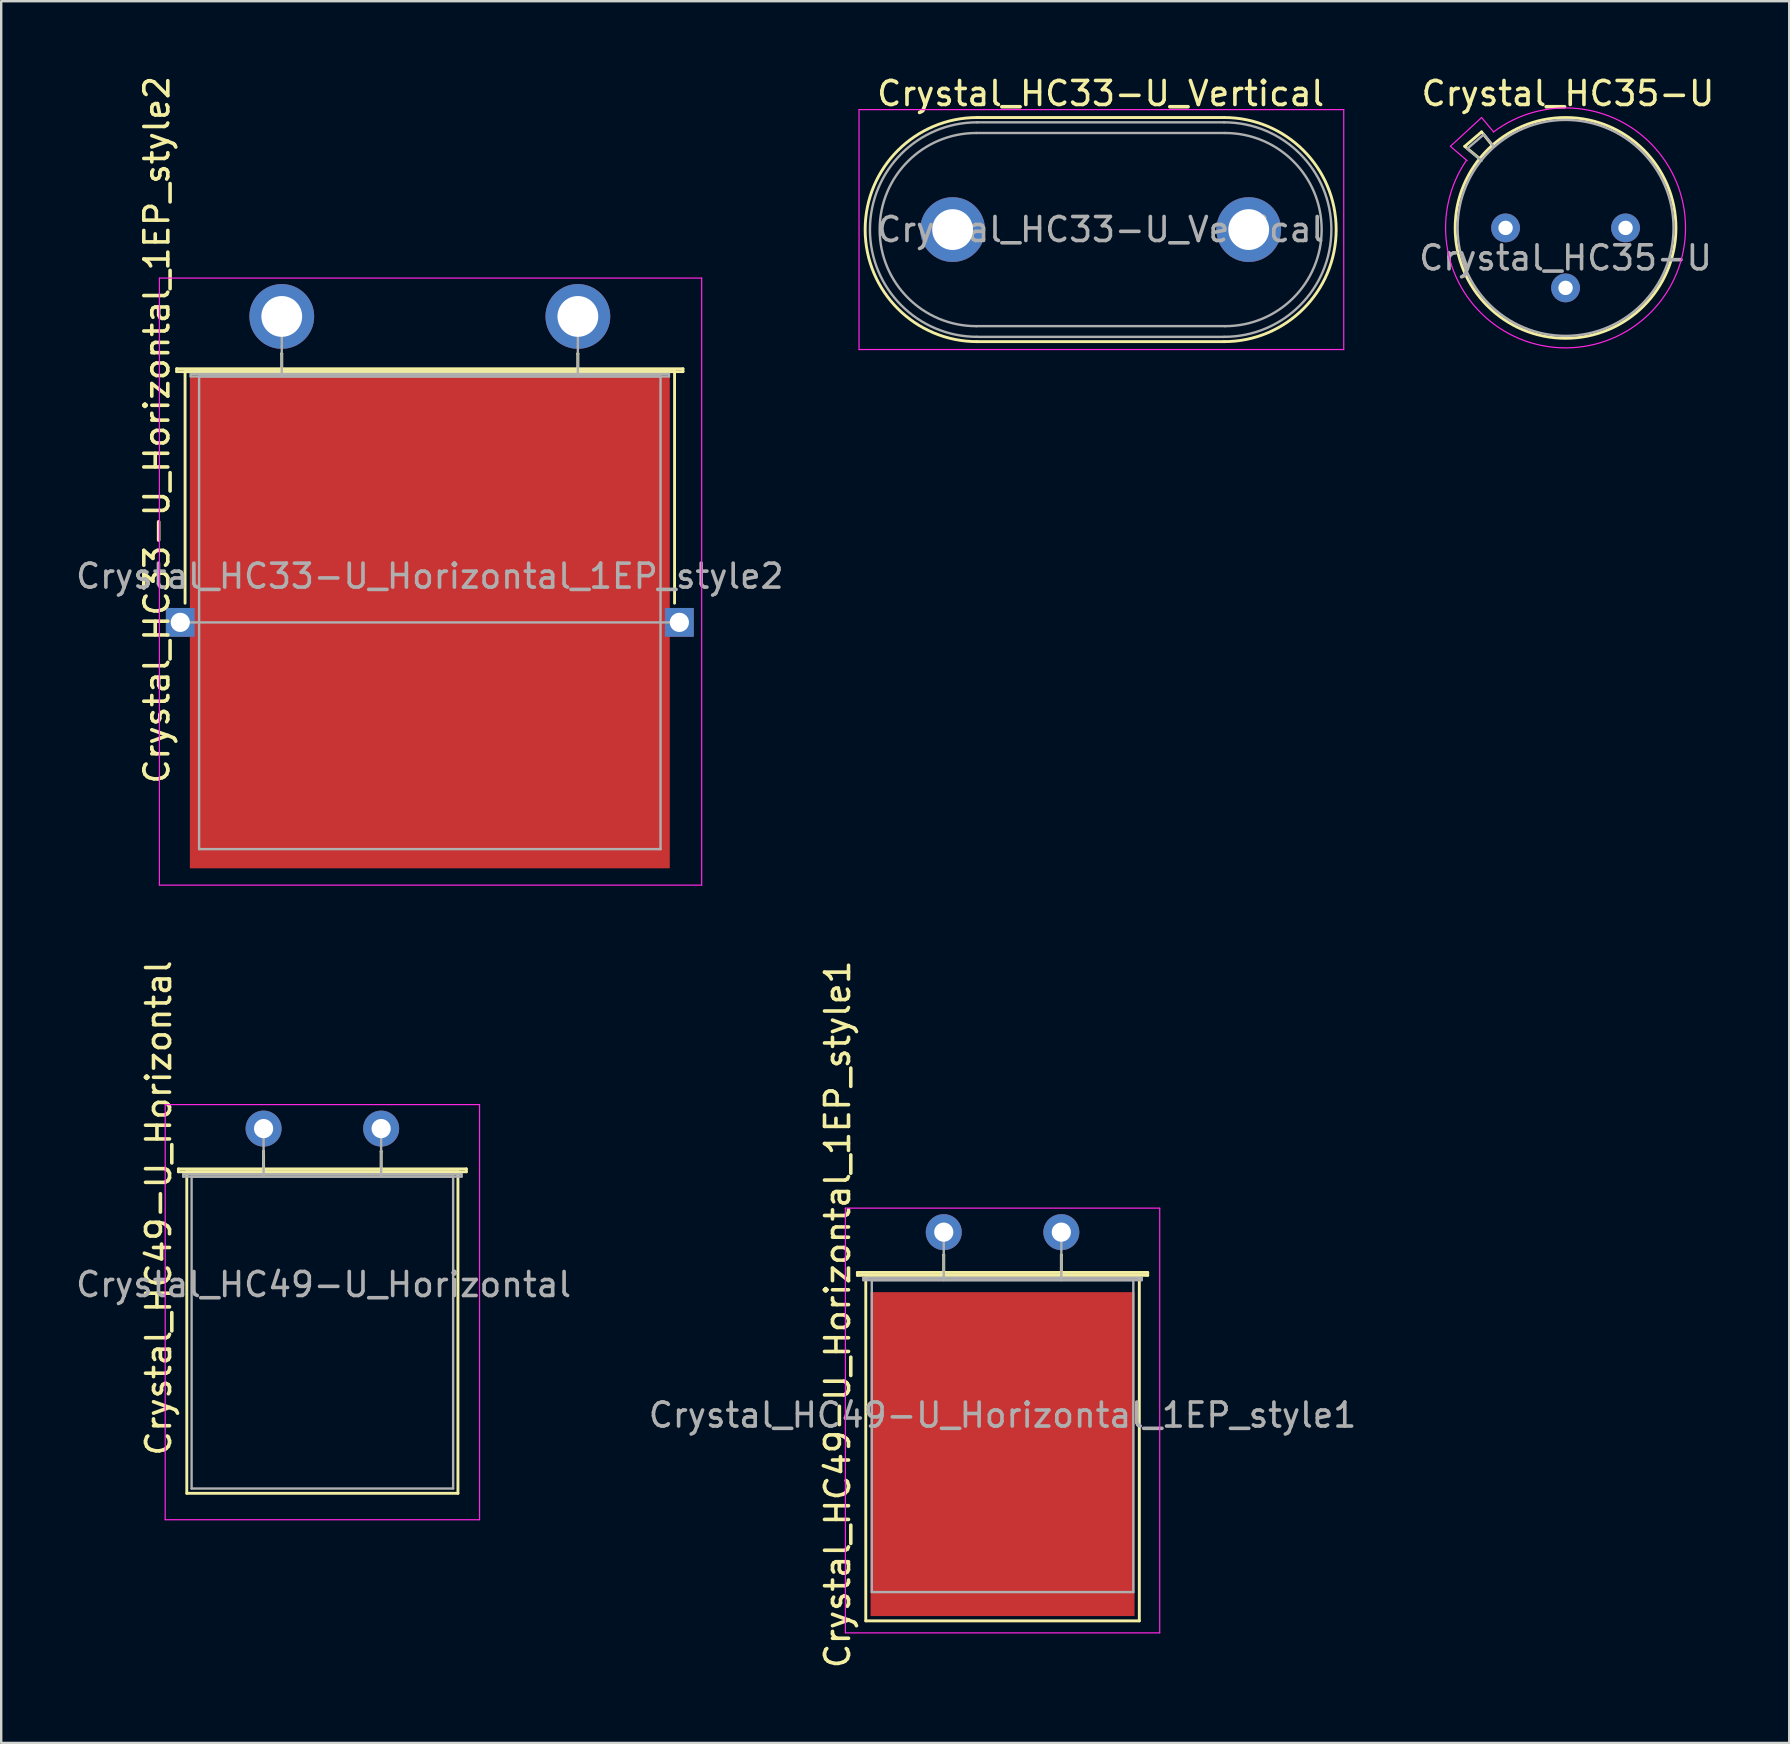
<source format=kicad_pcb>
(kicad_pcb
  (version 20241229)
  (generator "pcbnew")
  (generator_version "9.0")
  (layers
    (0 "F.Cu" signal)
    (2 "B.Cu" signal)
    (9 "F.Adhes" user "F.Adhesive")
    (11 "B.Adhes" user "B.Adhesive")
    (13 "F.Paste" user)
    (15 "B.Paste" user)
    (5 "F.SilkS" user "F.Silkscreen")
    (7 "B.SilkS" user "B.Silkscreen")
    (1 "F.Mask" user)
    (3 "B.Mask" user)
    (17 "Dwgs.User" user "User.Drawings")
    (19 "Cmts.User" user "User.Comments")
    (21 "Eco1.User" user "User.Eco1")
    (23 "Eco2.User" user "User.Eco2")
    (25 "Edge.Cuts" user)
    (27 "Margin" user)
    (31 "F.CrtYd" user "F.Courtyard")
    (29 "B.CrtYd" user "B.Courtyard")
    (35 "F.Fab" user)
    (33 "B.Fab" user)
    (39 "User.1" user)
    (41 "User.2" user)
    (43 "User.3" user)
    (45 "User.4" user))
  (footprint "Crystal_HC49-U_Horizontal"
    (layer "F.Cu")
    (at 7.935 43.985)
    (property "Reference" "Crystal_HC49-U_Horizontal" (at -4.375 3.312 90) (layer "F.SilkS") (effects (font (size 1 1) (thickness 0.15))))
    (attr through_hole)
    (fp_line (start -3.55 1.68) (end 8.45 1.68) (stroke (width 0.12) (type solid)) (layer "F.SilkS"))
    (fp_line (start -3.55 1.8) (end -3.55 1.68) (stroke (width 0.12) (type solid)) (layer "F.SilkS"))
    (fp_line (start -3.2 1.8) (end -3.2 15.2) (stroke (width 0.12) (type solid)) (layer "F.SilkS"))
    (fp_line (start -3.2 15.2) (end 8.1 15.2) (stroke (width 0.12) (type solid)) (layer "F.SilkS"))
    (fp_line (start 0 0.95) (end 0 0.95) (stroke (width 0.12) (type solid)) (layer "F.SilkS"))
    (fp_line (start 0 1.8) (end 0 0.95) (stroke (width 0.12) (type solid)) (layer "F.SilkS"))
    (fp_line (start 4.9 0.95) (end 4.9 0.95) (stroke (width 0.12) (type solid)) (layer "F.SilkS"))
    (fp_line (start 4.9 1.8) (end 4.9 0.95) (stroke (width 0.12) (type solid)) (layer "F.SilkS"))
    (fp_line (start 8.1 1.8) (end -3.2 1.8) (stroke (width 0.12) (type solid)) (layer "F.SilkS"))
    (fp_line (start 8.1 15.2) (end 8.1 1.8) (stroke (width 0.12) (type solid)) (layer "F.SilkS"))
    (fp_line (start 8.45 1.68) (end 8.45 1.8) (stroke (width 0.12) (type solid)) (layer "F.SilkS"))
    (fp_line (start 8.45 1.8) (end -3.55 1.8) (stroke (width 0.12) (type solid)) (layer "F.SilkS"))
    (fp_line (start -4.1 -1) (end -4.1 16.3) (stroke (width 0.05) (type solid)) (layer "F.CrtYd"))
    (fp_line (start -4.1 16.3) (end 9 16.3) (stroke (width 0.05) (type solid)) (layer "F.CrtYd"))
    (fp_line (start 9 -1) (end -4.1 -1) (stroke (width 0.05) (type solid)) (layer "F.CrtYd"))
    (fp_line (start 9 16.3) (end 9 -1) (stroke (width 0.05) (type solid)) (layer "F.CrtYd"))
    (fp_line (start -3.35 1.9) (end 8.25 1.9) (stroke (width 0.1) (type solid)) (layer "F.Fab"))
    (fp_line (start -3.35 2) (end -3.35 1.9) (stroke (width 0.1) (type solid)) (layer "F.Fab"))
    (fp_line (start -3 2) (end -3 15) (stroke (width 0.1) (type solid)) (layer "F.Fab"))
    (fp_line (start -3 15) (end 7.9 15) (stroke (width 0.1) (type solid)) (layer "F.Fab"))
    (fp_line (start 0 1) (end 0 0) (stroke (width 0.1) (type solid)) (layer "F.Fab"))
    (fp_line (start 0 2) (end 0 1) (stroke (width 0.1) (type solid)) (layer "F.Fab"))
    (fp_line (start 4.9 1) (end 4.9 0) (stroke (width 0.1) (type solid)) (layer "F.Fab"))
    (fp_line (start 4.9 2) (end 4.9 1) (stroke (width 0.1) (type solid)) (layer "F.Fab"))
    (fp_line (start 7.9 2) (end -3 2) (stroke (width 0.1) (type solid)) (layer "F.Fab"))
    (fp_line (start 7.9 15) (end 7.9 2) (stroke (width 0.1) (type solid)) (layer "F.Fab"))
    (fp_line (start 8.25 1.9) (end 8.25 2) (stroke (width 0.1) (type solid)) (layer "F.Fab"))
    (fp_line (start 8.25 2) (end -3.35 2) (stroke (width 0.1) (type solid)) (layer "F.Fab"))
    (fp_text user "${REFERENCE}" (at 2.5 6.5 0) (layer "F.Fab") (effects (font (size 1 1) (thickness 0.15))))
    (pad "1" thru_hole circle (at 0 0) (size 1.5 1.5) (drill 0.8) (layers "*.Cu" "*.Mask"))
    (pad "2" thru_hole circle (at 4.9 0) (size 1.5 1.5) (drill 0.8) (layers "*.Cu" "*.Mask")))
  (footprint "Crystal_HC49-U_Horizontal_1EP_style1"
    (layer "F.Cu")
    (at 36.282 48.301)
    (property "Reference" "Crystal_HC49-U_Horizontal_1EP_style1" (at -4.425 3.425 90) (layer "F.SilkS") (effects (font (size 1 1) (thickness 0.15))))
    (attr through_hole)
    (fp_line (start -3.6 1.68) (end 8.5 1.68) (stroke (width 0.12) (type solid)) (layer "F.SilkS"))
    (fp_line (start -3.6 1.8) (end -3.6 1.68) (stroke (width 0.12) (type solid)) (layer "F.SilkS"))
    (fp_line (start -3.25 1.8) (end -3.25 16.2) (stroke (width 0.12) (type solid)) (layer "F.SilkS"))
    (fp_line (start -3.25 16.2) (end 8.15 16.2) (stroke (width 0.12) (type solid)) (layer "F.SilkS"))
    (fp_line (start 0 0.95) (end 0 0.95) (stroke (width 0.12) (type solid)) (layer "F.SilkS"))
    (fp_line (start 0 1.8) (end 0 0.95) (stroke (width 0.12) (type solid)) (layer "F.SilkS"))
    (fp_line (start 4.9 0.95) (end 4.9 0.95) (stroke (width 0.12) (type solid)) (layer "F.SilkS"))
    (fp_line (start 4.9 1.8) (end 4.9 0.95) (stroke (width 0.12) (type solid)) (layer "F.SilkS"))
    (fp_line (start 8.15 1.8) (end -3.25 1.8) (stroke (width 0.12) (type solid)) (layer "F.SilkS"))
    (fp_line (start 8.15 16.2) (end 8.15 1.8) (stroke (width 0.12) (type solid)) (layer "F.SilkS"))
    (fp_line (start 8.5 1.68) (end 8.5 1.8) (stroke (width 0.12) (type solid)) (layer "F.SilkS"))
    (fp_line (start 8.5 1.8) (end -3.6 1.8) (stroke (width 0.12) (type solid)) (layer "F.SilkS"))
    (fp_line (start -4.1 -1) (end -4.1 16.7) (stroke (width 0.05) (type solid)) (layer "F.CrtYd"))
    (fp_line (start -4.1 16.7) (end 9 16.7) (stroke (width 0.05) (type solid)) (layer "F.CrtYd"))
    (fp_line (start 9 -1) (end -4.1 -1) (stroke (width 0.05) (type solid)) (layer "F.CrtYd"))
    (fp_line (start 9 16.7) (end 9 -1) (stroke (width 0.05) (type solid)) (layer "F.CrtYd"))
    (fp_line (start -3.35 1.9) (end 8.25 1.9) (stroke (width 0.1) (type solid)) (layer "F.Fab"))
    (fp_line (start -3.35 2) (end -3.35 1.9) (stroke (width 0.1) (type solid)) (layer "F.Fab"))
    (fp_line (start -3 2) (end -3 15) (stroke (width 0.1) (type solid)) (layer "F.Fab"))
    (fp_line (start -3 15) (end 7.9 15) (stroke (width 0.1) (type solid)) (layer "F.Fab"))
    (fp_line (start 0 1) (end 0 0) (stroke (width 0.1) (type solid)) (layer "F.Fab"))
    (fp_line (start 0 2) (end 0 1) (stroke (width 0.1) (type solid)) (layer "F.Fab"))
    (fp_line (start 4.9 1) (end 4.9 0) (stroke (width 0.1) (type solid)) (layer "F.Fab"))
    (fp_line (start 4.9 2) (end 4.9 1) (stroke (width 0.1) (type solid)) (layer "F.Fab"))
    (fp_line (start 7.9 2) (end -3 2) (stroke (width 0.1) (type solid)) (layer "F.Fab"))
    (fp_line (start 7.9 15) (end 7.9 2) (stroke (width 0.1) (type solid)) (layer "F.Fab"))
    (fp_line (start 8.25 1.9) (end 8.25 2) (stroke (width 0.1) (type solid)) (layer "F.Fab"))
    (fp_line (start 8.25 2) (end -3.35 2) (stroke (width 0.1) (type solid)) (layer "F.Fab"))
    (fp_text user "${REFERENCE}" (at 2.45 7.625 0) (layer "F.Fab") (effects (font (size 1 1) (thickness 0.15))))
    (pad "1" thru_hole circle (at 0 0) (size 1.5 1.5) (drill 0.8) (layers "*.Cu" "*.Mask"))
    (pad "2" thru_hole circle (at 4.9 0) (size 1.5 1.5) (drill 0.8) (layers "*.Cu" "*.Mask"))
    (pad "3" smd rect (at 2.45 9.25) (size 11 13.5) (layers "F.Cu" "F.Mask" "F.Paste")))
  (footprint "Crystal_HC33-U_Vertical"
    (layer "F.Cu")
    (at 36.651 6.518)
    (property "Reference" "Crystal_HC33-U_Vertical" (at 6.17 -5.67 0) (layer "F.SilkS") (effects (font (size 1 1) (thickness 0.15))))
    (attr through_hole)
    (fp_line (start 1.025 -4.67) (end 11.315 -4.67) (stroke (width 0.12) (type solid)) (layer "F.SilkS"))
    (fp_line (start 1.025 4.67) (end 11.315 4.67) (stroke (width 0.12) (type solid)) (layer "F.SilkS"))
    (fp_arc (start 1.025 4.67) (mid -3.645 0) (end 1.025 -4.67) (stroke (width 0.12) (type solid)) (layer "F.SilkS"))
    (fp_arc (start 11.315 -4.67) (mid 15.985 0) (end 11.315 4.67) (stroke (width 0.12) (type solid)) (layer "F.SilkS"))
    (fp_line (start -3.9 -5) (end -3.9 5) (stroke (width 0.05) (type solid)) (layer "F.CrtYd"))
    (fp_line (start -3.9 5) (end 16.3 5) (stroke (width 0.05) (type solid)) (layer "F.CrtYd"))
    (fp_line (start 16.3 -5) (end -3.9 -5) (stroke (width 0.05) (type solid)) (layer "F.CrtYd"))
    (fp_line (start 16.3 5) (end 16.3 -5) (stroke (width 0.05) (type solid)) (layer "F.CrtYd"))
    (fp_line (start 0.985 -4.025) (end 11.355 -4.025) (stroke (width 0.1) (type solid)) (layer "F.Fab"))
    (fp_line (start 0.985 4.025) (end 11.355 4.025) (stroke (width 0.1) (type solid)) (layer "F.Fab"))
    (fp_line (start 1.025 -4.47) (end 11.315 -4.47) (stroke (width 0.1) (type solid)) (layer "F.Fab"))
    (fp_line (start 1.025 4.47) (end 11.315 4.47) (stroke (width 0.1) (type solid)) (layer "F.Fab"))
    (fp_arc (start 0.985 4.025) (mid -3.04 0) (end 0.985 -4.025) (stroke (width 0.1) (type solid)) (layer "F.Fab"))
    (fp_arc (start 1.025 4.47) (mid -3.445 0) (end 1.025 -4.47) (stroke (width 0.1) (type solid)) (layer "F.Fab"))
    (fp_arc (start 11.315 -4.47) (mid 15.785 0) (end 11.315 4.47) (stroke (width 0.1) (type solid)) (layer "F.Fab"))
    (fp_arc (start 11.355 -4.025) (mid 15.38 0) (end 11.355 4.025) (stroke (width 0.1) (type solid)) (layer "F.Fab"))
    (fp_text user "${REFERENCE}" (at 6.17 0 0) (layer "F.Fab") (effects (font (size 1 1) (thickness 0.15))))
    (pad "1" thru_hole circle (at 0 0) (size 2.7 2.7) (drill 1.7) (layers "*.Cu" "*.Mask"))
    (pad "2" thru_hole circle (at 12.34 0) (size 2.7 2.7) (drill 1.7) (layers "*.Cu" "*.Mask")))
  (footprint "Crystal_HC33-U_Horizontal_1EP_style2"
    (layer "F.Cu")
    (at 8.693 10.138)
    (property "Reference" "Crystal_HC33-U_Horizontal_1EP_style2" (at -5.205 4.725 90) (layer "F.SilkS") (effects (font (size 1 1) (thickness 0.15))))
    (attr through_hole)
    (fp_line (start -4.38 2.18) (end 16.72 2.18) (stroke (width 0.12) (type solid)) (layer "F.SilkS"))
    (fp_line (start -4.38 2.3) (end -4.38 2.18) (stroke (width 0.12) (type solid)) (layer "F.SilkS"))
    (fp_line (start -4.03 2.3) (end 16.37 2.3) (stroke (width 0.12) (type solid)) (layer "F.SilkS"))
    (fp_line (start -4.03 11.95) (end -4.03 2.3) (stroke (width 0.12) (type solid)) (layer "F.SilkS"))
    (fp_line (start 0 1.55) (end 0 1.55) (stroke (width 0.12) (type solid)) (layer "F.SilkS"))
    (fp_line (start 0 2.3) (end 0 1.55) (stroke (width 0.12) (type solid)) (layer "F.SilkS"))
    (fp_line (start 12.34 1.55) (end 12.34 1.55) (stroke (width 0.12) (type solid)) (layer "F.SilkS"))
    (fp_line (start 12.34 2.3) (end 12.34 1.55) (stroke (width 0.12) (type solid)) (layer "F.SilkS"))
    (fp_line (start 16.37 2.3) (end 16.37 11.95) (stroke (width 0.12) (type solid)) (layer "F.SilkS"))
    (fp_line (start 16.72 2.18) (end 16.72 2.3) (stroke (width 0.12) (type solid)) (layer "F.SilkS"))
    (fp_line (start 16.72 2.3) (end -4.38 2.3) (stroke (width 0.12) (type solid)) (layer "F.SilkS"))
    (fp_line (start -5.1 -1.6) (end -5.1 23.7) (stroke (width 0.05) (type solid)) (layer "F.CrtYd"))
    (fp_line (start -5.1 23.7) (end 17.5 23.7) (stroke (width 0.05) (type solid)) (layer "F.CrtYd"))
    (fp_line (start 17.5 -1.6) (end -5.1 -1.6) (stroke (width 0.05) (type solid)) (layer "F.CrtYd"))
    (fp_line (start 17.5 23.7) (end 17.5 -1.6) (stroke (width 0.05) (type solid)) (layer "F.CrtYd"))
    (fp_line (start -4.23 12.75) (end 16.57 12.75) (stroke (width 0.1) (type solid)) (layer "F.Fab"))
    (fp_line (start -3.795 2.4) (end 16.135 2.4) (stroke (width 0.1) (type solid)) (layer "F.Fab"))
    (fp_line (start -3.795 2.5) (end -3.795 2.4) (stroke (width 0.1) (type solid)) (layer "F.Fab"))
    (fp_line (start -3.445 2.5) (end -3.445 22.2) (stroke (width 0.1) (type solid)) (layer "F.Fab"))
    (fp_line (start -3.445 22.2) (end 15.785 22.2) (stroke (width 0.1) (type solid)) (layer "F.Fab"))
    (fp_line (start 0 1.25) (end 0 0) (stroke (width 0.1) (type solid)) (layer "F.Fab"))
    (fp_line (start 0 2.5) (end 0 1.25) (stroke (width 0.1) (type solid)) (layer "F.Fab"))
    (fp_line (start 12.34 1.25) (end 12.34 0) (stroke (width 0.1) (type solid)) (layer "F.Fab"))
    (fp_line (start 12.34 2.5) (end 12.34 1.25) (stroke (width 0.1) (type solid)) (layer "F.Fab"))
    (fp_line (start 15.785 2.5) (end -3.445 2.5) (stroke (width 0.1) (type solid)) (layer "F.Fab"))
    (fp_line (start 15.785 22.2) (end 15.785 2.5) (stroke (width 0.1) (type solid)) (layer "F.Fab"))
    (fp_line (start 16.135 2.4) (end 16.135 2.5) (stroke (width 0.1) (type solid)) (layer "F.Fab"))
    (fp_line (start 16.135 2.5) (end -3.795 2.5) (stroke (width 0.1) (type solid)) (layer "F.Fab"))
    (fp_text user "${REFERENCE}" (at 6.17 10.825 0) (layer "F.Fab") (effects (font (size 1 1) (thickness 0.15))))
    (pad "1" thru_hole circle (at 0 0) (size 2.7 2.7) (drill 1.7) (layers "*.Cu" "*.Mask"))
    (pad "2" thru_hole circle (at 12.34 0) (size 2.7 2.7) (drill 1.7) (layers "*.Cu" "*.Mask"))
    (pad "3" thru_hole rect (at -4.23 12.75) (size 1.2 1.2) (drill 0.8) (layers "*.Cu" "*.Mask"))
    (pad "3" smd rect (at 6.17 12.75) (size 20 20.5) (layers "F.Cu" "F.Mask" "F.Paste"))
    (pad "3" thru_hole rect (at 16.57 12.75) (size 1.2 1.2) (drill 0.8) (layers "*.Cu" "*.Mask")))
  (footprint "Crystal_HC35-U"
    (layer "F.Cu")
    (at 59.696 6.448)
    (property "Reference" "Crystal_HC35-U" (at 2.6 -5.6 0) (layer "F.SilkS") (effects (font (size 1 1) (thickness 0.15))))
    (attr through_hole)
    (fp_line (start -1.7 -3.4) (end -1 -4) (stroke (width 0.12) (type solid)) (layer "F.SilkS"))
    (fp_line (start -1.1 -2.9) (end -1.7 -3.4) (stroke (width 0.12) (type solid)) (layer "F.SilkS"))
    (fp_line (start -1 -4) (end -0.6 -3.5) (stroke (width 0.12) (type solid)) (layer "F.SilkS"))
    (fp_circle (center 2.5 0) (end 7.1 0) (stroke (width 0.12) (type solid)) (fill no) (layer "F.SilkS"))
    (fp_line (start -2.3 -3.4) (end -1 -4.6) (stroke (width 0.05) (type solid)) (layer "F.CrtYd"))
    (fp_line (start -1.6 -2.8) (end -2.3 -3.4) (stroke (width 0.05) (type solid)) (layer "F.CrtYd"))
    (fp_line (start -1 -4.6) (end -0.5 -4) (stroke (width 0.05) (type solid)) (layer "F.CrtYd"))
    (fp_arc (start -0.5 -4) (mid 6.119047 3.45) (end -1.638828 -2.80537) (stroke (width 0.05) (type solid)) (layer "F.CrtYd"))
    (fp_line (start -1.6 -3.3) (end -0.9 -3.9) (stroke (width 0.1) (type solid)) (layer "F.Fab"))
    (fp_line (start -1 -2.8) (end -1.6 -3.3) (stroke (width 0.1) (type solid)) (layer "F.Fab"))
    (fp_line (start -0.9 -3.9) (end -0.5 -3.4) (stroke (width 0.1) (type solid)) (layer "F.Fab"))
    (fp_circle (center 2.5 0) (end 7 0) (stroke (width 0.1) (type solid)) (fill no) (layer "F.Fab"))
    (fp_text user "${REFERENCE}" (at 2.5 1.25 0) (layer "F.Fab") (effects (font (size 1 1) (thickness 0.15))))
    (pad "1" thru_hole circle (at 0 0) (size 1.2 1.2) (drill 0.6) (layers "*.Cu" "*.Mask"))
    (pad "2" thru_hole circle (at 5 0) (size 1.2 1.2) (drill 0.6) (layers "*.Cu" "*.Mask"))
    (pad "3" thru_hole circle (at 2.5 2.5) (size 1.2 1.2) (drill 0.6) (layers "*.Cu" "*.Mask")))
  (gr_rect
    (start -3 -3)
    (end 71.517 69.589)
    (stroke (width 0.1) (type default))
    (fill no)
    (layer "Edge.Cuts")))
</source>
